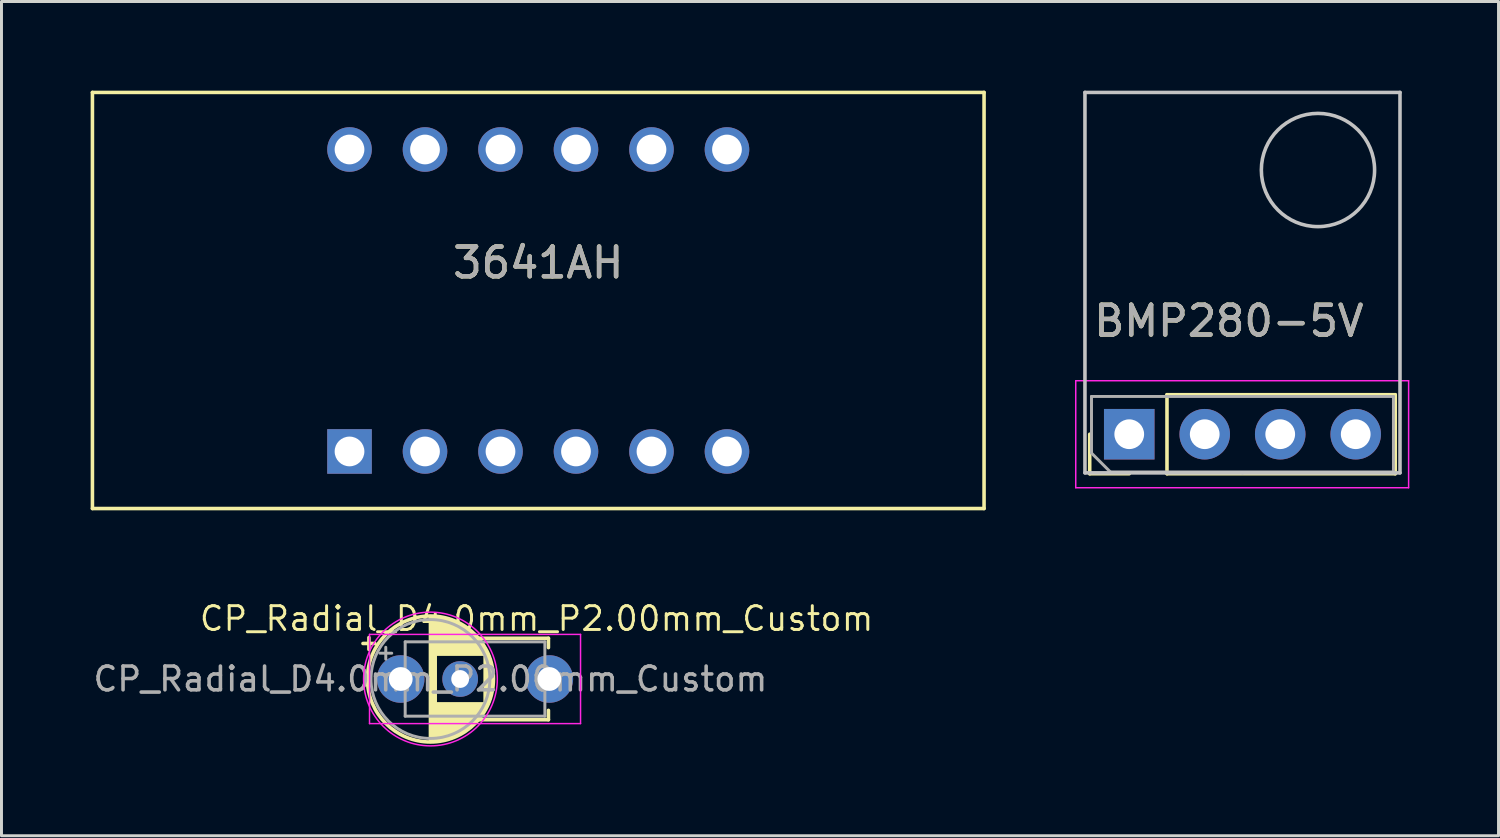
<source format=kicad_pcb>
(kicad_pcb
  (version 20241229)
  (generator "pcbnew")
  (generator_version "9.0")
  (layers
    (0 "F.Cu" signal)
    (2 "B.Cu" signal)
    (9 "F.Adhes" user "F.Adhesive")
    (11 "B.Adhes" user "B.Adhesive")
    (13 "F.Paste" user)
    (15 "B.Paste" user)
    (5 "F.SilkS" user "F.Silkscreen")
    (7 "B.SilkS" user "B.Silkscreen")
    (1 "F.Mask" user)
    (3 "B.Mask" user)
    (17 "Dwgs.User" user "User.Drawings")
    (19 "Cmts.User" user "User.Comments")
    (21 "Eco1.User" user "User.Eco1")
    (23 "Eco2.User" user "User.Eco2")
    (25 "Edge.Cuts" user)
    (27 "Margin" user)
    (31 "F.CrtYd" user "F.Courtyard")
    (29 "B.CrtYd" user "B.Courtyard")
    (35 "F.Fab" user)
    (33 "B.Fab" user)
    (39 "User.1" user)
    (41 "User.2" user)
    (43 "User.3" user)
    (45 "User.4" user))
  (footprint "3641AH"
    (layer "F.Cu")
    (at 15.06 7.06)
    (property "Reference" "3641AH" (at 0 -1.27 0) (layer "F.SilkS") (effects (font (size 1 1) (thickness 0.15))))
    (attr through_hole)
    (fp_line (start -15 -7) (end -15 7) (stroke (width 0.12) (type solid)) (layer "F.SilkS"))
    (fp_line (start -15 -7) (end 15 -7) (stroke (width 0.12) (type solid)) (layer "F.SilkS"))
    (fp_line (start 15 7) (end -15 7) (stroke (width 0.12) (type solid)) (layer "F.SilkS"))
    (fp_line (start 15 7) (end 15 -7) (stroke (width 0.12) (type solid)) (layer "F.SilkS"))
    (fp_text user "${REFERENCE}" (at 0 -1.27 0) (layer "F.Fab") (effects (font (size 1 1) (thickness 0.15))))
    (pad "1" thru_hole rect (at -6.35 5.08 90) (size 1.5 1.5) (drill 1) (layers "*.Cu" "*.Mask"))
    (pad "2" thru_hole circle (at -3.81 5.08 90) (size 1.5 1.5) (drill 1) (layers "*.Cu" "*.Mask"))
    (pad "3" thru_hole circle (at -1.27 5.08 90) (size 1.5 1.5) (drill 1) (layers "*.Cu" "*.Mask"))
    (pad "4" thru_hole circle (at 1.27 5.08 90) (size 1.5 1.5) (drill 1) (layers "*.Cu" "*.Mask"))
    (pad "5" thru_hole circle (at 3.81 5.08 90) (size 1.5 1.5) (drill 1) (layers "*.Cu" "*.Mask"))
    (pad "6" thru_hole circle (at 6.35 5.08 90) (size 1.5 1.5) (drill 1) (layers "*.Cu" "*.Mask"))
    (pad "7" thru_hole circle (at 6.35 -5.08 90) (size 1.5 1.5) (drill 1) (layers "*.Cu" "*.Mask"))
    (pad "8" thru_hole circle (at 3.81 -5.08 90) (size 1.5 1.5) (drill 1) (layers "*.Cu" "*.Mask"))
    (pad "9" thru_hole circle (at 1.27 -5.08 90) (size 1.5 1.5) (drill 1) (layers "*.Cu" "*.Mask"))
    (pad "10" thru_hole circle (at -1.27 -5.08 90) (size 1.5 1.5) (drill 1) (layers "*.Cu" "*.Mask"))
    (pad "11" thru_hole circle (at -3.81 -5.08 90) (size 1.5 1.5) (drill 1) (layers "*.Cu" "*.Mask"))
    (pad "12" thru_hole circle (at -6.35 -5.08 90) (size 1.5 1.5) (drill 1) (layers "*.Cu" "*.Mask")))
  (footprint "BMP280-5V"
    (layer "F.Cu")
    (at 34.945 11.56)
    (property "Reference" "BMP280-5V" (at -1.27 -3.81 180) (layer "F.SilkS") (effects (font (size 1 1) (thickness 0.15)) (justify left)))
    (attr through_hole)
    (fp_line (start -1.33 1.33) (end -1.33 0) (stroke (width 0.12) (type solid)) (layer "F.SilkS"))
    (fp_line (start 0 1.33) (end -1.33 1.33) (stroke (width 0.12) (type solid)) (layer "F.SilkS"))
    (fp_line (start 1.27 -1.33) (end 8.95 -1.33) (stroke (width 0.12) (type solid)) (layer "F.SilkS"))
    (fp_line (start 1.27 1.33) (end 1.27 -1.33) (stroke (width 0.12) (type solid)) (layer "F.SilkS"))
    (fp_line (start 1.27 1.33) (end 8.95 1.33) (stroke (width 0.12) (type solid)) (layer "F.SilkS"))
    (fp_line (start 8.95 1.33) (end 8.95 -1.33) (stroke (width 0.12) (type solid)) (layer "F.SilkS"))
    (fp_line (start -1.49 -11.5) (end 9.11 -11.5) (stroke (width 0.12) (type solid)) (layer "Dwgs.User"))
    (fp_line (start -1.49 1.3) (end -1.49 -11.5) (stroke (width 0.12) (type solid)) (layer "Dwgs.User"))
    (fp_line (start -1.49 1.3) (end 3.81 1.3) (stroke (width 0.12) (type solid)) (layer "Dwgs.User"))
    (fp_line (start 9.11 1.3) (end 3.81 1.3) (stroke (width 0.12) (type solid)) (layer "Dwgs.User"))
    (fp_line (start 9.11 1.3) (end 9.11 -11.5) (stroke (width 0.12) (type solid)) (layer "Dwgs.User"))
    (fp_circle (center 6.35 -8.89) (end 6.35 -10.795) (stroke (width 0.12) (type solid)) (fill no) (layer "Dwgs.User"))
    (fp_line (start -1.8 -1.8) (end -1.8 1.8) (stroke (width 0.05) (type solid)) (layer "F.CrtYd"))
    (fp_line (start -1.8 1.8) (end 9.4 1.8) (stroke (width 0.05) (type solid)) (layer "F.CrtYd"))
    (fp_line (start 9.4 -1.8) (end -1.8 -1.8) (stroke (width 0.05) (type solid)) (layer "F.CrtYd"))
    (fp_line (start 9.4 1.8) (end 9.4 -1.8) (stroke (width 0.05) (type solid)) (layer "F.CrtYd"))
    (fp_line (start -1.27 -1.27) (end 8.89 -1.27) (stroke (width 0.1) (type solid)) (layer "F.Fab"))
    (fp_line (start -1.27 0.635) (end -1.27 -1.27) (stroke (width 0.1) (type solid)) (layer "F.Fab"))
    (fp_line (start -0.635 1.27) (end -1.27 0.635) (stroke (width 0.1) (type solid)) (layer "F.Fab"))
    (fp_line (start 8.89 -1.27) (end 8.89 1.27) (stroke (width 0.1) (type solid)) (layer "F.Fab"))
    (fp_line (start 8.89 1.27) (end -0.635 1.27) (stroke (width 0.1) (type solid)) (layer "F.Fab"))
    (fp_text user "${REFERENCE}" (at -1.27 -3.81 0) (layer "F.Fab") (effects (font (size 1 1) (thickness 0.15)) (justify left)))
    (pad "1" thru_hole rect (at 0 0 90) (size 1.7 1.7) (drill 1) (layers "*.Cu" "*.Mask"))
    (pad "2" thru_hole oval (at 2.54 0 90) (size 1.7 1.7) (drill 1) (layers "*.Cu" "*.Mask"))
    (pad "3" thru_hole oval (at 5.08 0 90) (size 1.7 1.7) (drill 1) (layers "*.Cu" "*.Mask"))
    (pad "4" thru_hole oval (at 7.62 0 90) (size 1.7 1.7) (drill 1) (layers "*.Cu" "*.Mask")))
  (footprint "CP_Radial_D4.0mm_P2.00mm_Custom"
    (layer "F.Cu")
    (at 10.433 19.796)
    (property "Reference" "CP_Radial_D4.0mm_P2.00mm_Custom" (at 4.572 -2.032 0) (layer "F.SilkS") (effects (font (size 0.8 0.8) (thickness 0.1))))
    (attr through_hole)
    (fp_line (start -1.27 -1.195) (end -0.87 -1.195) (stroke (width 0.12) (type solid)) (layer "F.SilkS"))
    (fp_line (start -1.07 -1.395) (end -1.07 -0.995) (stroke (width 0.12) (type solid)) (layer "F.SilkS"))
    (fp_line (start 1 -2.08) (end 1 2.08) (stroke (width 0.12) (type solid)) (layer "F.SilkS"))
    (fp_line (start 1.04 -2.08) (end 1.04 2.08) (stroke (width 0.12) (type solid)) (layer "F.SilkS"))
    (fp_line (start 1.08 -2.079) (end 1.08 2.079) (stroke (width 0.12) (type solid)) (layer "F.SilkS"))
    (fp_line (start 1.12 -2.077) (end 1.12 2.077) (stroke (width 0.12) (type solid)) (layer "F.SilkS"))
    (fp_line (start 1.16 -2.074) (end 1.16 2.074) (stroke (width 0.12) (type solid)) (layer "F.SilkS"))
    (fp_line (start 1.2 -2.071) (end 1.2 -0.84) (stroke (width 0.12) (type solid)) (layer "F.SilkS"))
    (fp_line (start 1.2 0.84) (end 1.2 2.071) (stroke (width 0.12) (type solid)) (layer "F.SilkS"))
    (fp_line (start 1.24 -2.067) (end 1.24 -0.84) (stroke (width 0.12) (type solid)) (layer "F.SilkS"))
    (fp_line (start 1.24 0.84) (end 1.24 2.067) (stroke (width 0.12) (type solid)) (layer "F.SilkS"))
    (fp_line (start 1.28 -2.062) (end 1.28 -0.84) (stroke (width 0.12) (type solid)) (layer "F.SilkS"))
    (fp_line (start 1.28 0.84) (end 1.28 2.062) (stroke (width 0.12) (type solid)) (layer "F.SilkS"))
    (fp_line (start 1.32 -2.056) (end 1.32 -0.84) (stroke (width 0.12) (type solid)) (layer "F.SilkS"))
    (fp_line (start 1.32 0.84) (end 1.32 2.056) (stroke (width 0.12) (type solid)) (layer "F.SilkS"))
    (fp_line (start 1.36 -2.05) (end 1.36 -0.84) (stroke (width 0.12) (type solid)) (layer "F.SilkS"))
    (fp_line (start 1.36 0.84) (end 1.36 2.05) (stroke (width 0.12) (type solid)) (layer "F.SilkS"))
    (fp_line (start 1.4 -2.042) (end 1.4 -0.84) (stroke (width 0.12) (type solid)) (layer "F.SilkS"))
    (fp_line (start 1.4 0.84) (end 1.4 2.042) (stroke (width 0.12) (type solid)) (layer "F.SilkS"))
    (fp_line (start 1.44 -2.034) (end 1.44 -0.84) (stroke (width 0.12) (type solid)) (layer "F.SilkS"))
    (fp_line (start 1.44 0.84) (end 1.44 2.034) (stroke (width 0.12) (type solid)) (layer "F.SilkS"))
    (fp_line (start 1.48 -2.025) (end 1.48 -0.84) (stroke (width 0.12) (type solid)) (layer "F.SilkS"))
    (fp_line (start 1.48 0.84) (end 1.48 2.025) (stroke (width 0.12) (type solid)) (layer "F.SilkS"))
    (fp_line (start 1.52 -2.016) (end 1.52 -0.84) (stroke (width 0.12) (type solid)) (layer "F.SilkS"))
    (fp_line (start 1.52 0.84) (end 1.52 2.016) (stroke (width 0.12) (type solid)) (layer "F.SilkS"))
    (fp_line (start 1.56 -2.005) (end 1.56 -0.84) (stroke (width 0.12) (type solid)) (layer "F.SilkS"))
    (fp_line (start 1.56 0.84) (end 1.56 2.005) (stroke (width 0.12) (type solid)) (layer "F.SilkS"))
    (fp_line (start 1.6 -1.994) (end 1.6 -0.84) (stroke (width 0.12) (type solid)) (layer "F.SilkS"))
    (fp_line (start 1.6 0.84) (end 1.6 1.994) (stroke (width 0.12) (type solid)) (layer "F.SilkS"))
    (fp_line (start 1.64 -1.982) (end 1.64 -0.84) (stroke (width 0.12) (type solid)) (layer "F.SilkS"))
    (fp_line (start 1.64 0.84) (end 1.64 1.982) (stroke (width 0.12) (type solid)) (layer "F.SilkS"))
    (fp_line (start 1.68 -1.968) (end 1.68 -0.84) (stroke (width 0.12) (type solid)) (layer "F.SilkS"))
    (fp_line (start 1.68 0.84) (end 1.68 1.968) (stroke (width 0.12) (type solid)) (layer "F.SilkS"))
    (fp_line (start 1.721 -1.954) (end 1.721 -0.84) (stroke (width 0.12) (type solid)) (layer "F.SilkS"))
    (fp_line (start 1.721 0.84) (end 1.721 1.954) (stroke (width 0.12) (type solid)) (layer "F.SilkS"))
    (fp_line (start 1.761 -1.94) (end 1.761 -0.84) (stroke (width 0.12) (type solid)) (layer "F.SilkS"))
    (fp_line (start 1.761 0.84) (end 1.761 1.94) (stroke (width 0.12) (type solid)) (layer "F.SilkS"))
    (fp_line (start 1.801 -1.924) (end 1.801 -0.84) (stroke (width 0.12) (type solid)) (layer "F.SilkS"))
    (fp_line (start 1.801 0.84) (end 1.801 1.924) (stroke (width 0.12) (type solid)) (layer "F.SilkS"))
    (fp_line (start 1.841 -1.907) (end 1.841 -0.84) (stroke (width 0.12) (type solid)) (layer "F.SilkS"))
    (fp_line (start 1.841 0.84) (end 1.841 1.907) (stroke (width 0.12) (type solid)) (layer "F.SilkS"))
    (fp_line (start 1.881 -1.889) (end 1.881 -0.84) (stroke (width 0.12) (type solid)) (layer "F.SilkS"))
    (fp_line (start 1.881 0.84) (end 1.881 1.889) (stroke (width 0.12) (type solid)) (layer "F.SilkS"))
    (fp_line (start 1.921 -1.87) (end 1.921 -0.84) (stroke (width 0.12) (type solid)) (layer "F.SilkS"))
    (fp_line (start 1.921 0.84) (end 1.921 1.87) (stroke (width 0.12) (type solid)) (layer "F.SilkS"))
    (fp_line (start 1.961 -1.851) (end 1.961 -0.84) (stroke (width 0.12) (type solid)) (layer "F.SilkS"))
    (fp_line (start 1.961 0.84) (end 1.961 1.851) (stroke (width 0.12) (type solid)) (layer "F.SilkS"))
    (fp_line (start 2.001 -1.83) (end 2.001 -0.84) (stroke (width 0.12) (type solid)) (layer "F.SilkS"))
    (fp_line (start 2.001 0.84) (end 2.001 1.83) (stroke (width 0.12) (type solid)) (layer "F.SilkS"))
    (fp_line (start 2.041 -1.808) (end 2.041 -0.84) (stroke (width 0.12) (type solid)) (layer "F.SilkS"))
    (fp_line (start 2.041 0.84) (end 2.041 1.808) (stroke (width 0.12) (type solid)) (layer "F.SilkS"))
    (fp_line (start 2.081 -1.785) (end 2.081 -0.84) (stroke (width 0.12) (type solid)) (layer "F.SilkS"))
    (fp_line (start 2.081 0.84) (end 2.081 1.785) (stroke (width 0.12) (type solid)) (layer "F.SilkS"))
    (fp_line (start 2.121 -1.76) (end 2.121 -0.84) (stroke (width 0.12) (type solid)) (layer "F.SilkS"))
    (fp_line (start 2.121 0.84) (end 2.121 1.76) (stroke (width 0.12) (type solid)) (layer "F.SilkS"))
    (fp_line (start 2.161 -1.735) (end 2.161 -0.84) (stroke (width 0.12) (type solid)) (layer "F.SilkS"))
    (fp_line (start 2.161 0.84) (end 2.161 1.735) (stroke (width 0.12) (type solid)) (layer "F.SilkS"))
    (fp_line (start 2.201 -1.708) (end 2.201 -0.84) (stroke (width 0.12) (type solid)) (layer "F.SilkS"))
    (fp_line (start 2.201 0.84) (end 2.201 1.708) (stroke (width 0.12) (type solid)) (layer "F.SilkS"))
    (fp_line (start 2.241 -1.68) (end 2.241 -0.84) (stroke (width 0.12) (type solid)) (layer "F.SilkS"))
    (fp_line (start 2.241 0.84) (end 2.241 1.68) (stroke (width 0.12) (type solid)) (layer "F.SilkS"))
    (fp_line (start 2.281 -1.65) (end 2.281 -0.84) (stroke (width 0.12) (type solid)) (layer "F.SilkS"))
    (fp_line (start 2.281 0.84) (end 2.281 1.65) (stroke (width 0.12) (type solid)) (layer "F.SilkS"))
    (fp_line (start 2.321 -1.619) (end 2.321 -0.84) (stroke (width 0.12) (type solid)) (layer "F.SilkS"))
    (fp_line (start 2.321 0.84) (end 2.321 1.619) (stroke (width 0.12) (type solid)) (layer "F.SilkS"))
    (fp_line (start 2.361 -1.587) (end 2.361 -0.84) (stroke (width 0.12) (type solid)) (layer "F.SilkS"))
    (fp_line (start 2.361 0.84) (end 2.361 1.587) (stroke (width 0.12) (type solid)) (layer "F.SilkS"))
    (fp_line (start 2.401 -1.552) (end 2.401 -0.84) (stroke (width 0.12) (type solid)) (layer "F.SilkS"))
    (fp_line (start 2.401 0.84) (end 2.401 1.552) (stroke (width 0.12) (type solid)) (layer "F.SilkS"))
    (fp_line (start 2.441 -1.516) (end 2.441 -0.84) (stroke (width 0.12) (type solid)) (layer "F.SilkS"))
    (fp_line (start 2.441 0.84) (end 2.441 1.516) (stroke (width 0.12) (type solid)) (layer "F.SilkS"))
    (fp_line (start 2.481 -1.478) (end 2.481 -0.84) (stroke (width 0.12) (type solid)) (layer "F.SilkS"))
    (fp_line (start 2.481 0.84) (end 2.481 1.478) (stroke (width 0.12) (type solid)) (layer "F.SilkS"))
    (fp_line (start 2.521 -1.438) (end 2.521 -0.84) (stroke (width 0.12) (type solid)) (layer "F.SilkS"))
    (fp_line (start 2.521 0.84) (end 2.521 1.438) (stroke (width 0.12) (type solid)) (layer "F.SilkS"))
    (fp_line (start 2.54 -1.37) (end 4.97 -1.37) (stroke (width 0.12) (type solid)) (layer "F.SilkS"))
    (fp_line (start 2.54 1.37) (end 4.97 1.37) (stroke (width 0.12) (type solid)) (layer "F.SilkS"))
    (fp_line (start 2.561 -1.396) (end 2.561 -0.84) (stroke (width 0.12) (type solid)) (layer "F.SilkS"))
    (fp_line (start 2.561 0.84) (end 2.561 1.396) (stroke (width 0.12) (type solid)) (layer "F.SilkS"))
    (fp_line (start 2.601 -1.351) (end 2.601 -0.84) (stroke (width 0.12) (type solid)) (layer "F.SilkS"))
    (fp_line (start 2.601 0.84) (end 2.601 1.351) (stroke (width 0.12) (type solid)) (layer "F.SilkS"))
    (fp_line (start 2.641 -1.304) (end 2.641 -0.84) (stroke (width 0.12) (type solid)) (layer "F.SilkS"))
    (fp_line (start 2.641 0.84) (end 2.641 1.304) (stroke (width 0.12) (type solid)) (layer "F.SilkS"))
    (fp_line (start 2.681 -1.254) (end 2.681 -0.84) (stroke (width 0.12) (type solid)) (layer "F.SilkS"))
    (fp_line (start 2.681 0.84) (end 2.681 1.254) (stroke (width 0.12) (type solid)) (layer "F.SilkS"))
    (fp_line (start 2.721 -1.2) (end 2.721 -0.84) (stroke (width 0.12) (type solid)) (layer "F.SilkS"))
    (fp_line (start 2.721 0.84) (end 2.721 1.2) (stroke (width 0.12) (type solid)) (layer "F.SilkS"))
    (fp_line (start 2.761 -1.142) (end 2.761 -0.84) (stroke (width 0.12) (type solid)) (layer "F.SilkS"))
    (fp_line (start 2.761 0.84) (end 2.761 1.142) (stroke (width 0.12) (type solid)) (layer "F.SilkS"))
    (fp_line (start 2.801 -1.08) (end 2.801 -0.84) (stroke (width 0.12) (type solid)) (layer "F.SilkS"))
    (fp_line (start 2.801 0.84) (end 2.801 1.08) (stroke (width 0.12) (type solid)) (layer "F.SilkS"))
    (fp_line (start 2.841 -1.013) (end 2.841 1.013) (stroke (width 0.12) (type solid)) (layer "F.SilkS"))
    (fp_line (start 2.881 -0.94) (end 2.881 0.94) (stroke (width 0.12) (type solid)) (layer "F.SilkS"))
    (fp_line (start 2.921 -0.859) (end 2.921 0.859) (stroke (width 0.12) (type solid)) (layer "F.SilkS"))
    (fp_line (start 2.961 -0.768) (end 2.961 0.768) (stroke (width 0.12) (type solid)) (layer "F.SilkS"))
    (fp_line (start 3.001 -0.664) (end 3.001 0.664) (stroke (width 0.12) (type solid)) (layer "F.SilkS"))
    (fp_line (start 3.041 -0.537) (end 3.041 0.537) (stroke (width 0.12) (type solid)) (layer "F.SilkS"))
    (fp_line (start 3.081 -0.37) (end 3.081 0.37) (stroke (width 0.12) (type solid)) (layer "F.SilkS"))
    (fp_line (start 4.97 -1.37) (end 4.97 -1.055) (stroke (width 0.12) (type solid)) (layer "F.SilkS"))
    (fp_line (start 4.97 1.055) (end 4.97 1.37) (stroke (width 0.12) (type solid)) (layer "F.SilkS"))
    (fp_circle (center 1 0) (end 3.12 0) (stroke (width 0.12) (type solid)) (fill no) (layer "F.SilkS"))
    (fp_line (start -1.05 -1.5) (end -1.05 1.5) (stroke (width 0.05) (type solid)) (layer "F.CrtYd"))
    (fp_line (start -1.05 1.5) (end 6.05 1.5) (stroke (width 0.05) (type solid)) (layer "F.CrtYd"))
    (fp_line (start 6.05 -1.5) (end -1.05 -1.5) (stroke (width 0.05) (type solid)) (layer "F.CrtYd"))
    (fp_line (start 6.05 1.5) (end 6.05 -1.5) (stroke (width 0.05) (type solid)) (layer "F.CrtYd"))
    (fp_circle (center 1 0) (end 3.25 0) (stroke (width 0.05) (type solid)) (fill no) (layer "F.CrtYd"))
    (fp_line (start -0.703 -0.868) (end -0.303 -0.868) (stroke (width 0.1) (type solid)) (layer "F.Fab"))
    (fp_line (start -0.503 -1.067) (end -0.503 -0.667) (stroke (width 0.1) (type solid)) (layer "F.Fab"))
    (fp_line (start 0.15 -1.25) (end 0.15 1.25) (stroke (width 0.1) (type solid)) (layer "F.Fab"))
    (fp_line (start 0.15 1.25) (end 4.85 1.25) (stroke (width 0.1) (type solid)) (layer "F.Fab"))
    (fp_line (start 4.85 -1.25) (end 0.15 -1.25) (stroke (width 0.1) (type solid)) (layer "F.Fab"))
    (fp_line (start 4.85 1.25) (end 4.85 -1.25) (stroke (width 0.1) (type solid)) (layer "F.Fab"))
    (fp_circle (center 1 0) (end 3 0) (stroke (width 0.1) (type solid)) (fill no) (layer "F.Fab"))
    (fp_text user "${REFERENCE}" (at 1 0 0) (layer "F.Fab") (effects (font (size 0.8 0.8) (thickness 0.12))))
    (pad "1" thru_hole circle (at 0 0) (size 1.6 1.6) (drill 0.8) (layers "*.Cu" "*.Mask"))
    (pad "2" thru_hole circle (at 2 0) (size 1.2 1.2) (drill 0.6) (layers "*.Cu" "*.Mask"))
    (pad "2" thru_hole circle (at 5 0) (size 1.6 1.6) (drill 0.8) (layers "*.Cu" "*.Mask")))
  (gr_rect
    (start -3 -3)
    (end 47.37 25.07)
    (stroke (width 0.1) (type default))
    (fill no)
    (layer "Edge.Cuts")))
</source>
